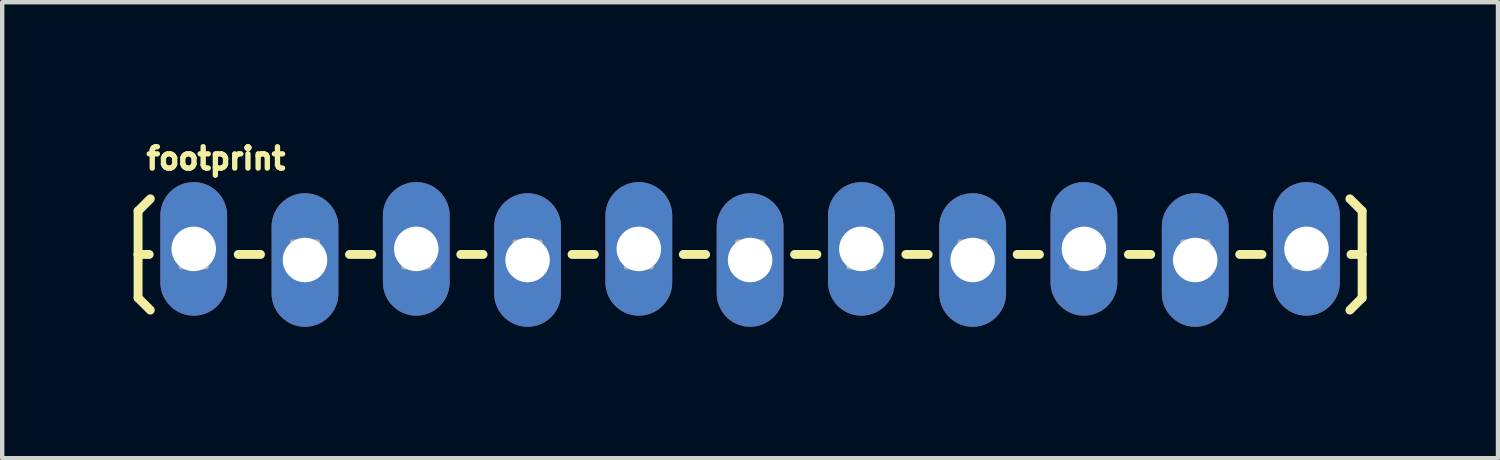
<source format=kicad_pcb>
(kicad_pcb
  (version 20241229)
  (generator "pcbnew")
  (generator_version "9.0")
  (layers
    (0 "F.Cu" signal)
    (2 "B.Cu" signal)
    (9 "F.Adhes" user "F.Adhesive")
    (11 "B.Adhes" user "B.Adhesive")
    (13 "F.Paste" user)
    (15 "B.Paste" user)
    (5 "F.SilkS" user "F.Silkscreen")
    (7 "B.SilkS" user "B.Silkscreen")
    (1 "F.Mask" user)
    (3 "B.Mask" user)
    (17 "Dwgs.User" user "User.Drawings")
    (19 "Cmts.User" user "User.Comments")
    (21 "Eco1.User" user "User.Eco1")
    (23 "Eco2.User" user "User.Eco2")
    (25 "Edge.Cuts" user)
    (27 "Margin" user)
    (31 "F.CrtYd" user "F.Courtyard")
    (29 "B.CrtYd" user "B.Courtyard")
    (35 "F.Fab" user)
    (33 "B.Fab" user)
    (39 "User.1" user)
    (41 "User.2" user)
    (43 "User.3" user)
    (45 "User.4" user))
  (footprint "footprint"
    (layer "F.Cu")
    (at 1.372 2.758)
    (property "Reference" "footprint" (at -1.143 -1.905 0) (layer "F.SilkS") (effects (font (size 0.488 0.488) (thickness 0.122)) (justify left bottom)))
    (fp_line (start -1.27 -0.991) (end -0.991 -1.27) (stroke (width 0.203) (type solid)) (layer "F.SilkS"))
    (fp_line (start -1.27 0) (end -1.27 -0.991) (stroke (width 0.203) (type solid)) (layer "F.SilkS"))
    (fp_line (start -1.27 0) (end -1.27 0.991) (stroke (width 0.203) (type solid)) (layer "F.SilkS"))
    (fp_line (start -1.27 0) (end -1.016 0) (stroke (width 0.203) (type solid)) (layer "F.SilkS"))
    (fp_line (start -1.27 0.991) (end -0.991 1.27) (stroke (width 0.203) (type solid)) (layer "F.SilkS"))
    (fp_line (start 1.524 0) (end 1.016 0) (stroke (width 0.203) (type solid)) (layer "F.SilkS"))
    (fp_line (start 4.064 0) (end 3.556 0) (stroke (width 0.203) (type solid)) (layer "F.SilkS"))
    (fp_line (start 6.604 0) (end 6.096 0) (stroke (width 0.203) (type solid)) (layer "F.SilkS"))
    (fp_line (start 9.144 0) (end 8.636 0) (stroke (width 0.203) (type solid)) (layer "F.SilkS"))
    (fp_line (start 11.684 0) (end 11.176 0) (stroke (width 0.203) (type solid)) (layer "F.SilkS"))
    (fp_line (start 14.224 0) (end 13.716 0) (stroke (width 0.203) (type solid)) (layer "F.SilkS"))
    (fp_line (start 16.764 0) (end 16.256 0) (stroke (width 0.203) (type solid)) (layer "F.SilkS"))
    (fp_line (start 19.304 0) (end 18.796 0) (stroke (width 0.203) (type solid)) (layer "F.SilkS"))
    (fp_line (start 21.844 0) (end 21.336 0) (stroke (width 0.203) (type solid)) (layer "F.SilkS"))
    (fp_line (start 24.384 0) (end 23.876 0) (stroke (width 0.203) (type solid)) (layer "F.SilkS"))
    (fp_line (start 26.67 -0.991) (end 26.391 -1.27) (stroke (width 0.203) (type solid)) (layer "F.SilkS"))
    (fp_line (start 26.67 0) (end 26.416 0) (stroke (width 0.203) (type solid)) (layer "F.SilkS"))
    (fp_line (start 26.67 0) (end 26.67 -0.991) (stroke (width 0.203) (type solid)) (layer "F.SilkS"))
    (fp_line (start 26.67 0) (end 26.67 0.991) (stroke (width 0.203) (type solid)) (layer "F.SilkS"))
    (fp_line (start 26.67 0.991) (end 26.391 1.27) (stroke (width 0.203) (type solid)) (layer "F.SilkS"))
    (fp_poly (pts (xy -0.292 0.292) (xy 0.292 0.292) (xy 0.292 -0.292) (xy -0.292 -0.292)) (stroke (width 0.1) (type solid)) (fill no) (layer "F.Fab"))
    (fp_poly (pts (xy 2.248 0.292) (xy 2.832 0.292) (xy 2.832 -0.292) (xy 2.248 -0.292)) (stroke (width 0.1) (type solid)) (fill no) (layer "F.Fab"))
    (fp_poly (pts (xy 4.788 0.292) (xy 5.372 0.292) (xy 5.372 -0.292) (xy 4.788 -0.292)) (stroke (width 0.1) (type solid)) (fill no) (layer "F.Fab"))
    (fp_poly (pts (xy 7.912 0.292) (xy 7.912 -0.292) (xy 7.328 -0.292) (xy 7.328 0.292)) (stroke (width 0.1) (type solid)) (fill no) (layer "F.Fab"))
    (fp_poly (pts (xy 9.868 0.292) (xy 10.452 0.292) (xy 10.452 -0.292) (xy 9.868 -0.292)) (stroke (width 0.1) (type solid)) (fill no) (layer "F.Fab"))
    (fp_poly (pts (xy 12.408 0.292) (xy 12.992 0.292) (xy 12.992 -0.292) (xy 12.408 -0.292)) (stroke (width 0.1) (type solid)) (fill no) (layer "F.Fab"))
    (fp_poly (pts (xy 14.948 0.292) (xy 15.532 0.292) (xy 15.532 -0.292) (xy 14.948 -0.292)) (stroke (width 0.1) (type solid)) (fill no) (layer "F.Fab"))
    (fp_poly (pts (xy 17.488 0.292) (xy 18.072 0.292) (xy 18.072 -0.292) (xy 17.488 -0.292)) (stroke (width 0.1) (type solid)) (fill no) (layer "F.Fab"))
    (fp_poly (pts (xy 20.028 0.292) (xy 20.612 0.292) (xy 20.612 -0.292) (xy 20.028 -0.292)) (stroke (width 0.1) (type solid)) (fill no) (layer "F.Fab"))
    (fp_poly (pts (xy 23.152 0.292) (xy 23.152 -0.292) (xy 22.568 -0.292) (xy 22.568 0.292)) (stroke (width 0.1) (type solid)) (fill no) (layer "F.Fab"))
    (fp_poly (pts (xy 25.108 0.292) (xy 25.692 0.292) (xy 25.692 -0.292) (xy 25.108 -0.292)) (stroke (width 0.1) (type solid)) (fill no) (layer "F.Fab"))
    (pad "1" thru_hole oval (at 0 -0.127 90) (size 3.048 1.524) (drill 1.016) (layers "*.Cu" "*.Mask"))
    (pad "2" thru_hole oval (at 2.54 0.127 90) (size 3.048 1.524) (drill 1.016) (layers "*.Cu" "*.Mask"))
    (pad "3" thru_hole oval (at 5.08 -0.127 90) (size 3.048 1.524) (drill 1.016) (layers "*.Cu" "*.Mask"))
    (pad "4" thru_hole oval (at 7.62 0.127 90) (size 3.048 1.524) (drill 1.016) (layers "*.Cu" "*.Mask"))
    (pad "5" thru_hole oval (at 10.16 -0.127 90) (size 3.048 1.524) (drill 1.016) (layers "*.Cu" "*.Mask"))
    (pad "6" thru_hole oval (at 12.7 0.127 90) (size 3.048 1.524) (drill 1.016) (layers "*.Cu" "*.Mask"))
    (pad "7" thru_hole oval (at 15.24 -0.127 90) (size 3.048 1.524) (drill 1.016) (layers "*.Cu" "*.Mask"))
    (pad "8" thru_hole oval (at 17.78 0.127 90) (size 3.048 1.524) (drill 1.016) (layers "*.Cu" "*.Mask"))
    (pad "9" thru_hole oval (at 20.32 -0.127 90) (size 3.048 1.524) (drill 1.016) (layers "*.Cu" "*.Mask"))
    (pad "10" thru_hole oval (at 22.86 0.127 90) (size 3.048 1.524) (drill 1.016) (layers "*.Cu" "*.Mask"))
    (pad "11" thru_hole oval (at 25.4 -0.127 90) (size 3.048 1.524) (drill 1.016) (layers "*.Cu" "*.Mask")))
  (gr_rect
    (start -3 -3)
    (end 31.143 7.409)
    (stroke (width 0.1) (type default))
    (fill no)
    (layer "Edge.Cuts")))
</source>
